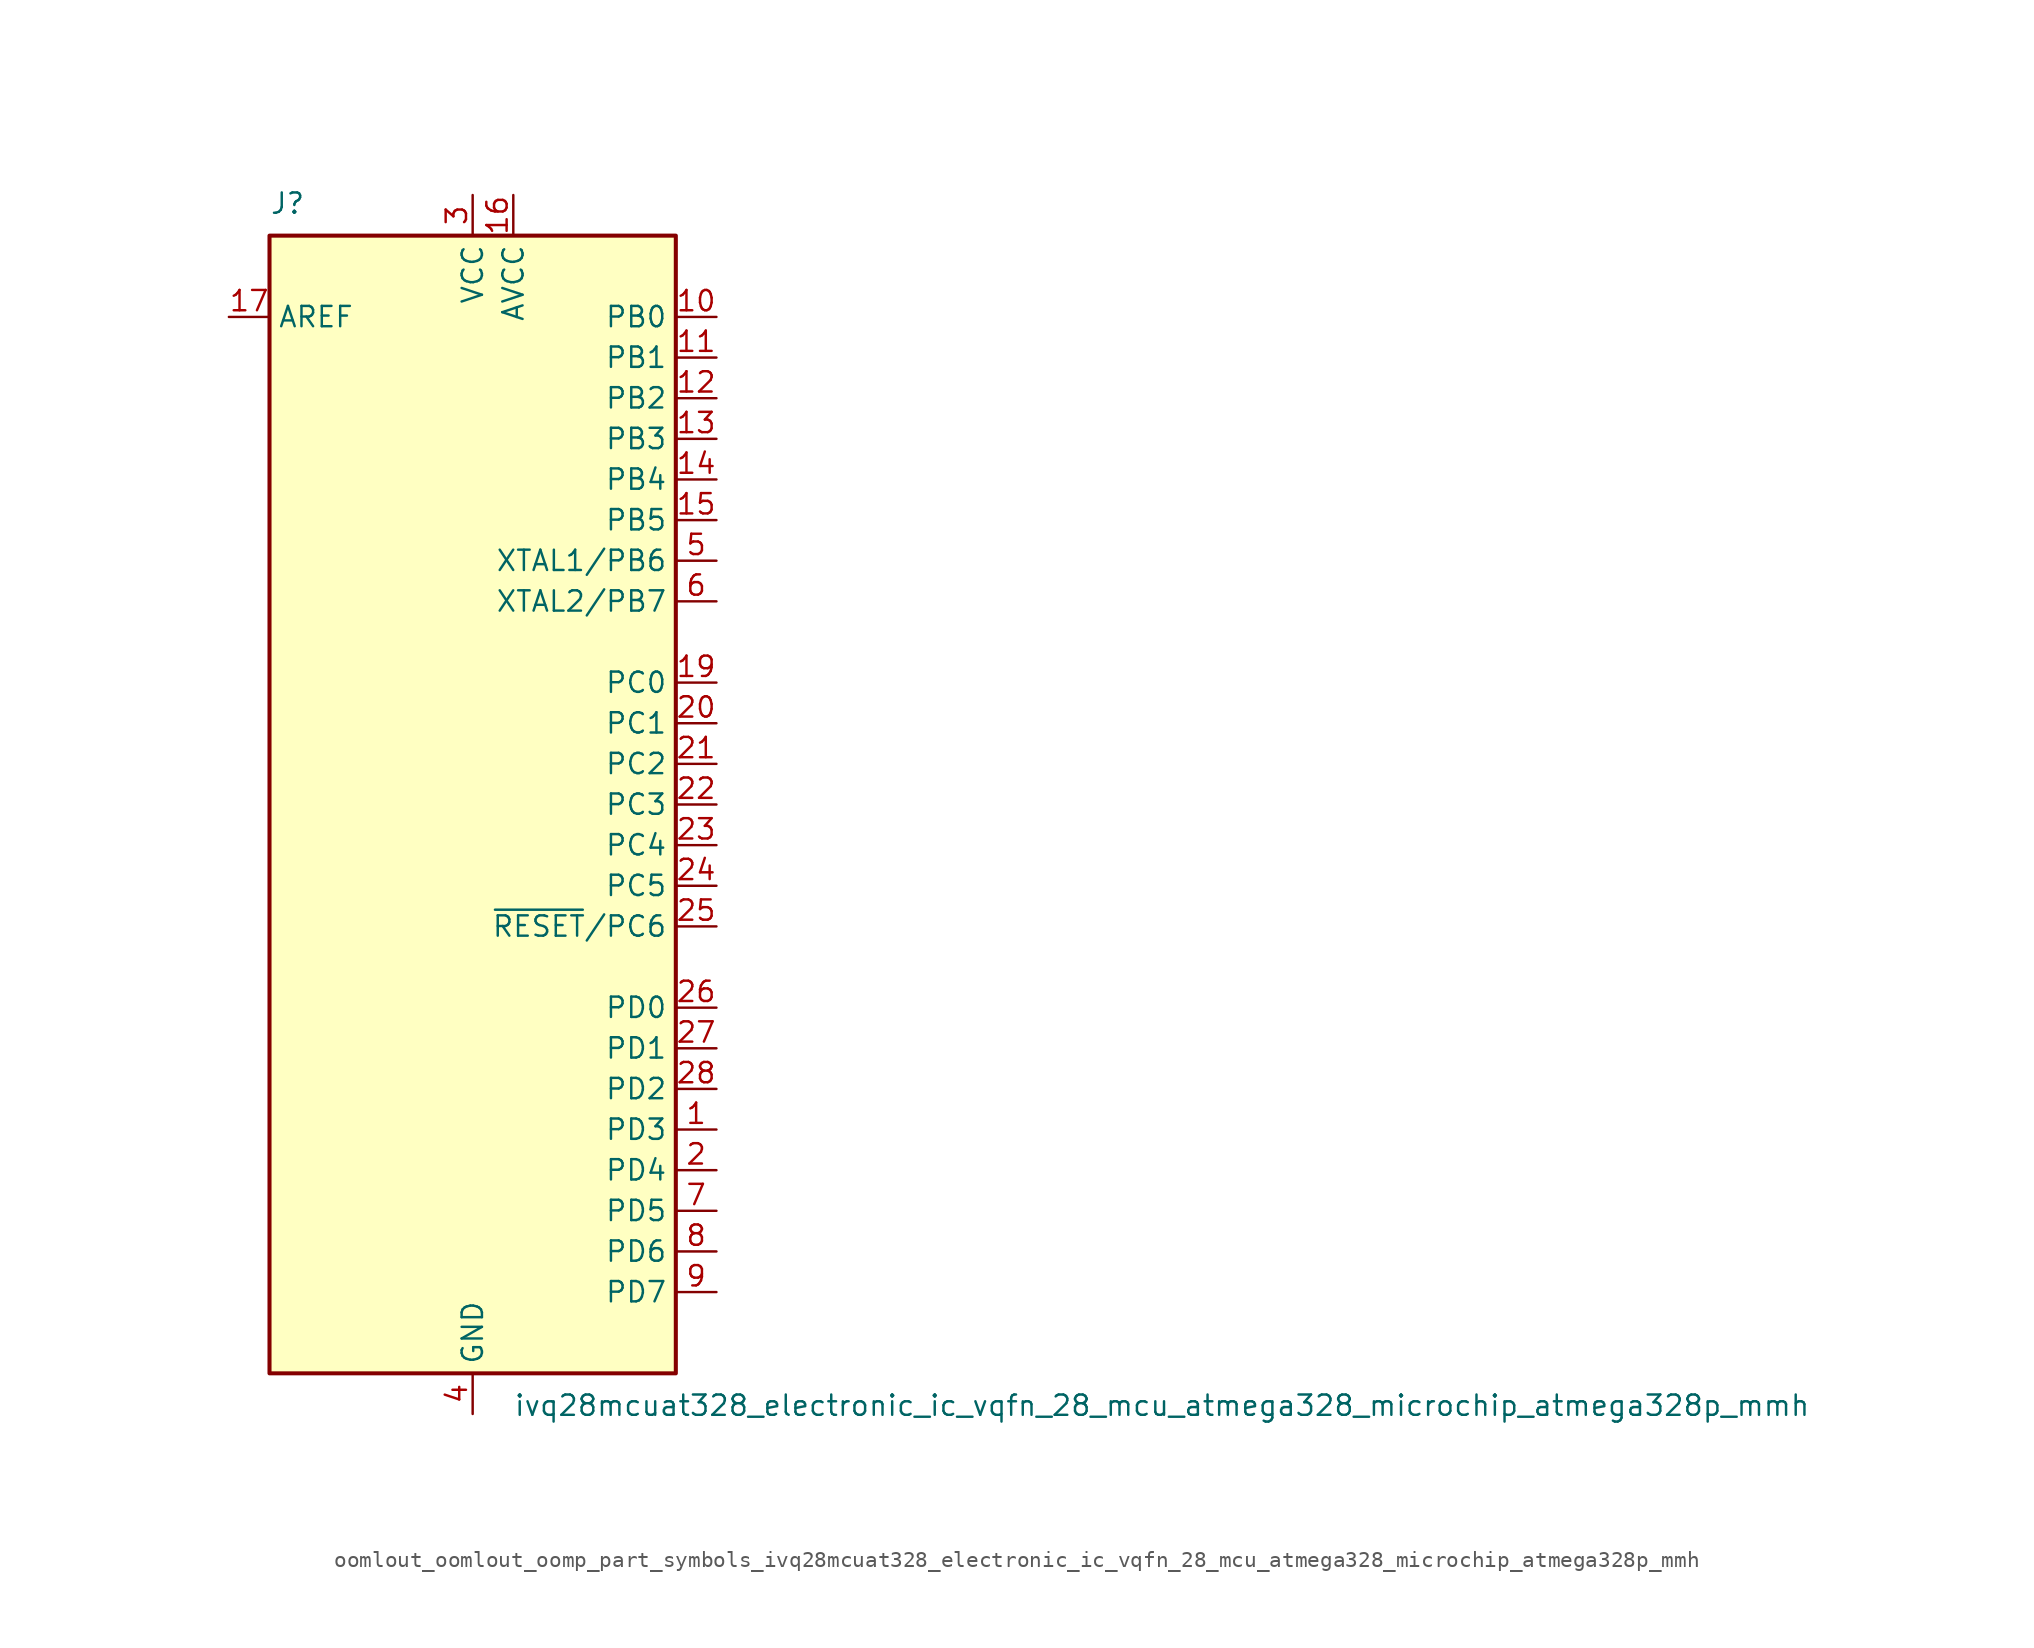
<source format=kicad_sym>
(kicad_symbol_lib
  (version 20220914)
  (generator kicad_symbol_editor)
  (symbol "oomlout_oomlout_oomp_part_symbols_ivq28mcuat328_electronic_ic_vqfn_28_mcu_atmega328_microchip_atmega328p_mmh"
    (property "Reference" "J"
      (at -12.7 36.83 0)
      (effects (font (size 1.27 1.27)) (justify left bottom)))
    (property "Value" "ivq28mcuat328_electronic_ic_vqfn_28_mcu_atmega328_microchip_atmega328p_mmh"
      (at 2.54 -36.83 0)
      (effects (font (size 1.27 1.27)) (justify left top)))
    (symbol "oomlout_oomlout_oomp_part_symbols_ivq28mcuat328_electronic_ic_vqfn_28_mcu_atmega328_microchip_atmega328p_mmh_0_1"
      (rectangle (start -12.7 -35.56) (end 12.7 35.56) (stroke (width 0.254) (type default)) (fill (type background))))
    (symbol "oomlout_oomlout_oomp_part_symbols_ivq28mcuat328_electronic_ic_vqfn_28_mcu_atmega328_microchip_atmega328p_mmh_1_1"
      (pin bidirectional line (at 15.24 -20.32 180) (length 2.54) (name "PD3" (effects (font (size 1.27 1.27)))) (number "1" (effects (font (size 1.27 1.27)))))
      (pin bidirectional line (at 15.24 30.48 180) (length 2.54) (name "PB0" (effects (font (size 1.27 1.27)))) (number "10" (effects (font (size 1.27 1.27)))))
      (pin bidirectional line (at 15.24 27.94 180) (length 2.54) (name "PB1" (effects (font (size 1.27 1.27)))) (number "11" (effects (font (size 1.27 1.27)))))
      (pin bidirectional line (at 15.24 25.4 180) (length 2.54) (name "PB2" (effects (font (size 1.27 1.27)))) (number "12" (effects (font (size 1.27 1.27)))))
      (pin bidirectional line (at 15.24 22.86 180) (length 2.54) (name "PB3" (effects (font (size 1.27 1.27)))) (number "13" (effects (font (size 1.27 1.27)))))
      (pin bidirectional line (at 15.24 20.32 180) (length 2.54) (name "PB4" (effects (font (size 1.27 1.27)))) (number "14" (effects (font (size 1.27 1.27)))))
      (pin bidirectional line (at 15.24 17.78 180) (length 2.54) (name "PB5" (effects (font (size 1.27 1.27)))) (number "15" (effects (font (size 1.27 1.27)))))
      (pin power_in line (at 2.54 38.1 270) (length 2.54) (name "AVCC" (effects (font (size 1.27 1.27)))) (number "16" (effects (font (size 1.27 1.27)))))
      (pin passive line (at -15.24 30.48 0) (length 2.54) (name "AREF" (effects (font (size 1.27 1.27)))) (number "17" (effects (font (size 1.27 1.27)))))
      (pin passive line (at 0 -38.1 90) (length 2.54) hide (name "GND" (effects (font (size 1.27 1.27)))) (number "18" (effects (font (size 1.27 1.27)))))
      (pin bidirectional line (at 15.24 7.62 180) (length 2.54) (name "PC0" (effects (font (size 1.27 1.27)))) (number "19" (effects (font (size 1.27 1.27)))))
      (pin bidirectional line (at 15.24 -22.86 180) (length 2.54) (name "PD4" (effects (font (size 1.27 1.27)))) (number "2" (effects (font (size 1.27 1.27)))))
      (pin bidirectional line (at 15.24 5.08 180) (length 2.54) (name "PC1" (effects (font (size 1.27 1.27)))) (number "20" (effects (font (size 1.27 1.27)))))
      (pin bidirectional line (at 15.24 2.54 180) (length 2.54) (name "PC2" (effects (font (size 1.27 1.27)))) (number "21" (effects (font (size 1.27 1.27)))))
      (pin bidirectional line (at 15.24 0 180) (length 2.54) (name "PC3" (effects (font (size 1.27 1.27)))) (number "22" (effects (font (size 1.27 1.27)))))
      (pin bidirectional line (at 15.24 -2.54 180) (length 2.54) (name "PC4" (effects (font (size 1.27 1.27)))) (number "23" (effects (font (size 1.27 1.27)))))
      (pin bidirectional line (at 15.24 -5.08 180) (length 2.54) (name "PC5" (effects (font (size 1.27 1.27)))) (number "24" (effects (font (size 1.27 1.27)))))
      (pin bidirectional line (at 15.24 -7.62 180) (length 2.54) (name "~{RESET}/PC6" (effects (font (size 1.27 1.27)))) (number "25" (effects (font (size 1.27 1.27)))))
      (pin bidirectional line (at 15.24 -12.7 180) (length 2.54) (name "PD0" (effects (font (size 1.27 1.27)))) (number "26" (effects (font (size 1.27 1.27)))))
      (pin bidirectional line (at 15.24 -15.24 180) (length 2.54) (name "PD1" (effects (font (size 1.27 1.27)))) (number "27" (effects (font (size 1.27 1.27)))))
      (pin bidirectional line (at 15.24 -17.78 180) (length 2.54) (name "PD2" (effects (font (size 1.27 1.27)))) (number "28" (effects (font (size 1.27 1.27)))))
      (pin passive line (at 0 -38.1 90) (length 2.54) hide (name "GND" (effects (font (size 1.27 1.27)))) (number "29" (effects (font (size 1.27 1.27)))))
      (pin power_in line (at 0 38.1 270) (length 2.54) (name "VCC" (effects (font (size 1.27 1.27)))) (number "3" (effects (font (size 1.27 1.27)))))
      (pin power_in line (at 0 -38.1 90) (length 2.54) (name "GND" (effects (font (size 1.27 1.27)))) (number "4" (effects (font (size 1.27 1.27)))))
      (pin bidirectional line (at 15.24 15.24 180) (length 2.54) (name "XTAL1/PB6" (effects (font (size 1.27 1.27)))) (number "5" (effects (font (size 1.27 1.27)))))
      (pin bidirectional line (at 15.24 12.7 180) (length 2.54) (name "XTAL2/PB7" (effects (font (size 1.27 1.27)))) (number "6" (effects (font (size 1.27 1.27)))))
      (pin bidirectional line (at 15.24 -25.4 180) (length 2.54) (name "PD5" (effects (font (size 1.27 1.27)))) (number "7" (effects (font (size 1.27 1.27)))))
      (pin bidirectional line (at 15.24 -27.94 180) (length 2.54) (name "PD6" (effects (font (size 1.27 1.27)))) (number "8" (effects (font (size 1.27 1.27)))))
      (pin bidirectional line (at 15.24 -30.48 180) (length 2.54) (name "PD7" (effects (font (size 1.27 1.27)))) (number "9" (effects (font (size 1.27 1.27))))))))
</source>
